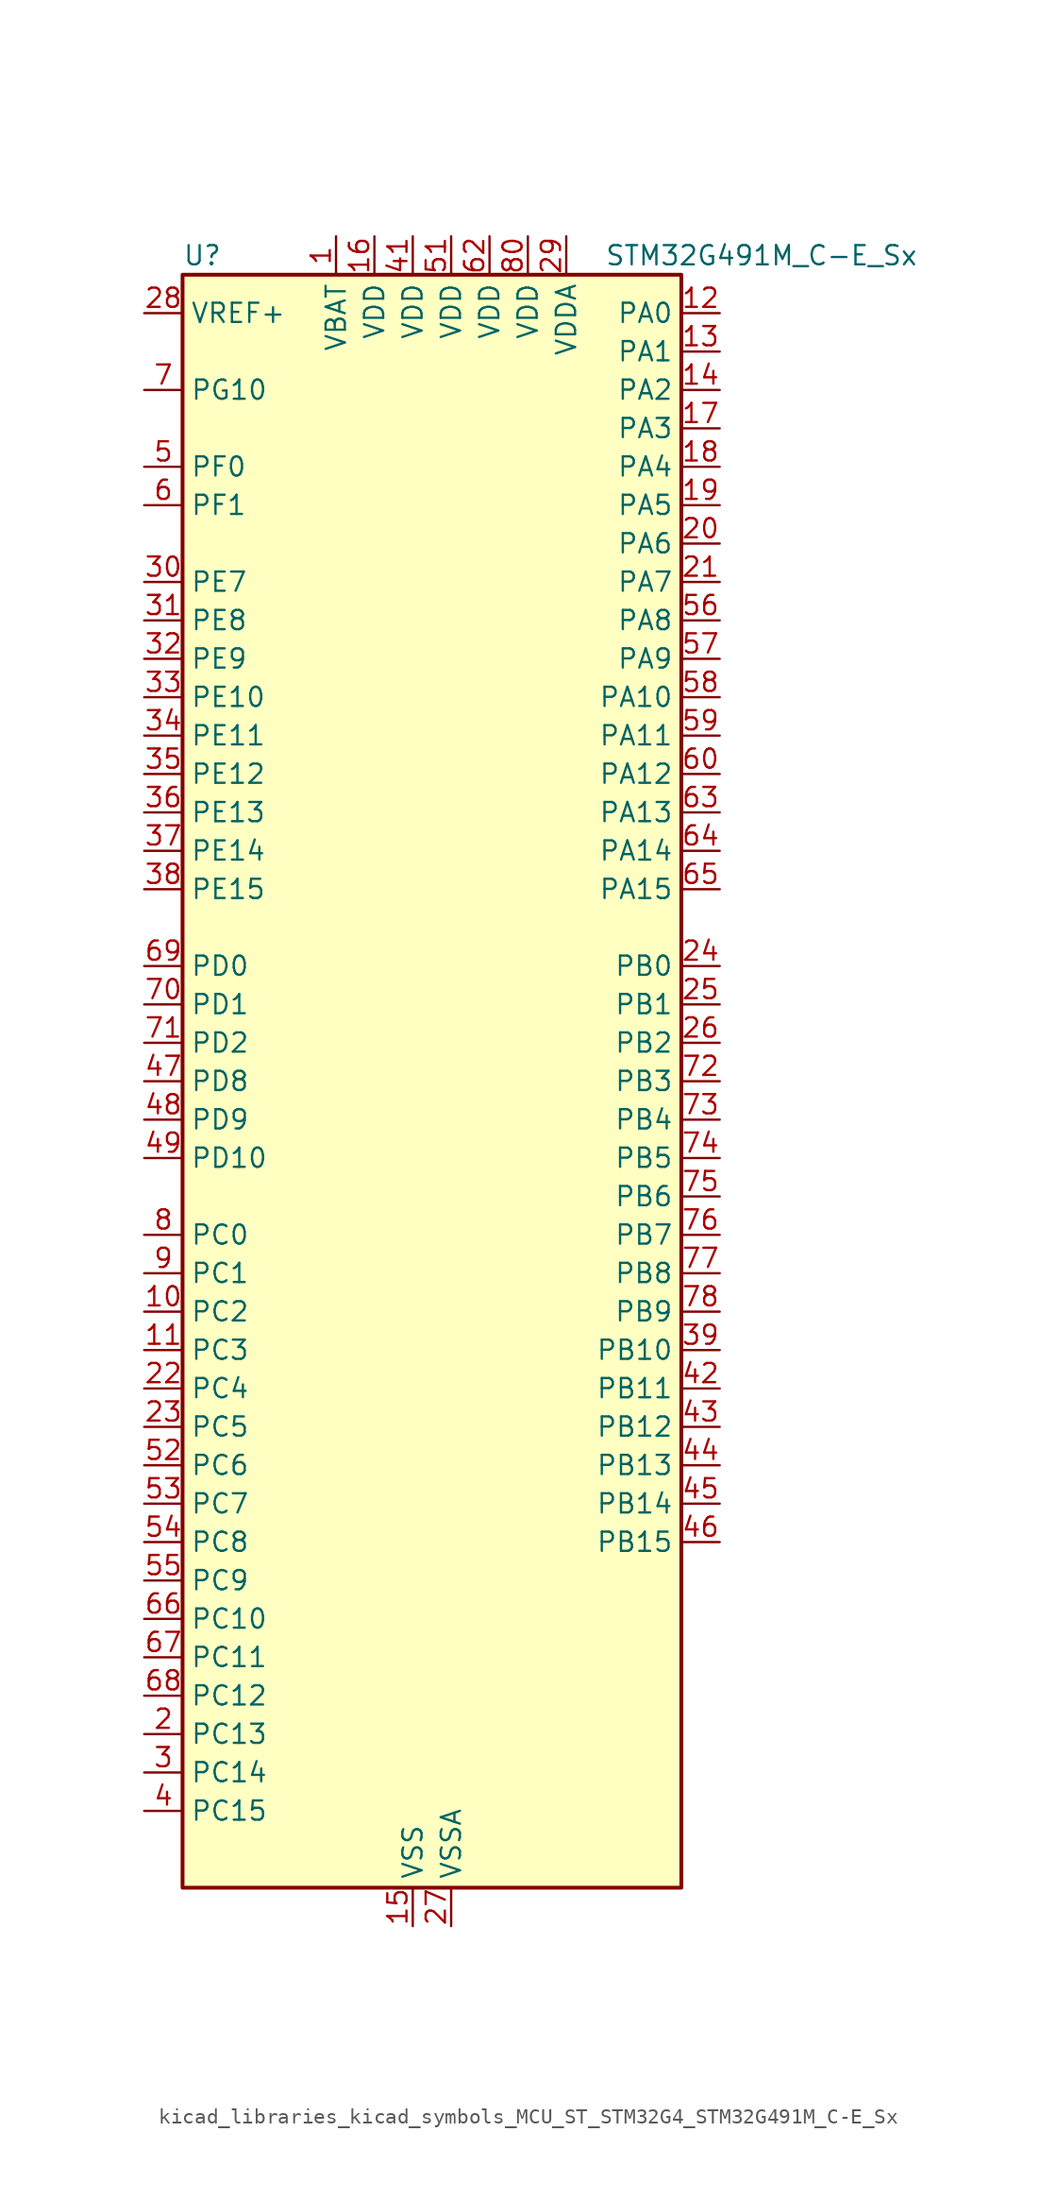
<source format=kicad_sym>
(kicad_symbol_lib
  (version 20220914)
  (generator kicad_symbol_editor)
  (symbol "kicad_libraries_kicad_symbols_MCU_ST_STM32G4_STM32G491M_C-E_Sx"
    (property "Reference" "U"
      (at -15.24 54.61 0)
      (effects (font (size 1.27 1.27)) (justify left)))
    (property "Value" "STM32G491M_C-E_Sx"
      (at 12.7 54.61 0)
      (effects (font (size 1.27 1.27)) (justify left)))
    (property "ki_locked" ""
      (at 0 0 0)
      (effects (font (size 1.27 1.27))))
    (symbol "kicad_libraries_kicad_symbols_MCU_ST_STM32G4_STM32G491M_C-E_Sx_0_1"
      (rectangle (start -15.24 -53.34) (end 17.78 53.34) (stroke (width 0.254) (type default)) (fill (type background))))
    (symbol "kicad_libraries_kicad_symbols_MCU_ST_STM32G4_STM32G491M_C-E_Sx_1_1"
      (pin power_in line (at -5.08 55.88 270) (length 2.54) (name "VBAT" (effects (font (size 1.27 1.27)))) (number "1" (effects (font (size 1.27 1.27)))))
      (pin bidirectional line (at -17.78 -15.24 0) (length 2.54) (name "PC2" (effects (font (size 1.27 1.27)))) (number "10" (effects (font (size 1.27 1.27)))) (alternate "ADC1_IN8" bidirectional line) (alternate "ADC2_IN8" bidirectional line) (alternate "ADC3_EXTI2" bidirectional line) (alternate "COMP3_OUT" bidirectional line) (alternate "LPTIM1_IN2" bidirectional line) (alternate "QUADSPI1_BK2_IO1" bidirectional line) (alternate "TIM1_CH3" bidirectional line) (alternate "TIM20_CH2" bidirectional line))
      (pin bidirectional line (at -17.78 -17.78 0) (length 2.54) (name "PC3" (effects (font (size 1.27 1.27)))) (number "11" (effects (font (size 1.27 1.27)))) (alternate "ADC1_IN9" bidirectional line) (alternate "ADC2_IN9" bidirectional line) (alternate "ADC3_EXTI3" bidirectional line) (alternate "LPTIM1_ETR" bidirectional line) (alternate "QUADSPI1_BK2_IO2" bidirectional line) (alternate "SAI1_D1" bidirectional line) (alternate "SAI1_SD_A" bidirectional line) (alternate "TIM1_BKIN2" bidirectional line) (alternate "TIM1_CH4" bidirectional line))
      (pin bidirectional line (at 20.32 50.8 180) (length 2.54) (name "PA0" (effects (font (size 1.27 1.27)))) (number "12" (effects (font (size 1.27 1.27)))) (alternate "ADC1_IN1" bidirectional line) (alternate "ADC2_IN1" bidirectional line) (alternate "COMP1_INM" bidirectional line) (alternate "COMP1_OUT" bidirectional line) (alternate "COMP3_INP" bidirectional line) (alternate "RTC_TAMP2" bidirectional line) (alternate "SYS_WKUP1" bidirectional line) (alternate "TIM2_CH1" bidirectional line) (alternate "TIM2_ETR" bidirectional line) (alternate "TIM8_BKIN" bidirectional line) (alternate "TIM8_ETR" bidirectional line) (alternate "USART2_CTS" bidirectional line) (alternate "USART2_NSS" bidirectional line))
      (pin bidirectional line (at 20.32 48.26 180) (length 2.54) (name "PA1" (effects (font (size 1.27 1.27)))) (number "13" (effects (font (size 1.27 1.27)))) (alternate "ADC1_IN2" bidirectional line) (alternate "ADC2_IN2" bidirectional line) (alternate "COMP1_INP" bidirectional line) (alternate "OPAMP1_VINP" bidirectional line) (alternate "OPAMP1_VINP_SEC" bidirectional line) (alternate "OPAMP3_VINP" bidirectional line) (alternate "OPAMP3_VINP_SEC" bidirectional line) (alternate "OPAMP6_VINM" bidirectional line) (alternate "OPAMP6_VINM0" bidirectional line) (alternate "OPAMP6_VINM_SEC" bidirectional line) (alternate "RTC_REFIN" bidirectional line) (alternate "TIM15_CH1N" bidirectional line) (alternate "TIM2_CH2" bidirectional line) (alternate "USART2_DE" bidirectional line) (alternate "USART2_RTS" bidirectional line))
      (pin bidirectional line (at 20.32 45.72 180) (length 2.54) (name "PA2" (effects (font (size 1.27 1.27)))) (number "14" (effects (font (size 1.27 1.27)))) (alternate "ADC1_IN3" bidirectional line) (alternate "ADC3_EXTI2" bidirectional line) (alternate "COMP2_INM" bidirectional line) (alternate "COMP2_OUT" bidirectional line) (alternate "LPUART1_TX" bidirectional line) (alternate "OPAMP1_VOUT" bidirectional line) (alternate "QUADSPI1_BK1_NCS" bidirectional line) (alternate "RCC_LSCO" bidirectional line) (alternate "SYS_WKUP4" bidirectional line) (alternate "TIM15_CH1" bidirectional line) (alternate "TIM2_CH3" bidirectional line) (alternate "UCPD1_FRSTX1" bidirectional line) (alternate "UCPD1_FRSTX2" bidirectional line) (alternate "USART2_TX" bidirectional line))
      (pin power_in line (at 0 -55.88 90) (length 2.54) (name "VSS" (effects (font (size 1.27 1.27)))) (number "15" (effects (font (size 1.27 1.27)))))
      (pin power_in line (at -2.54 55.88 270) (length 2.54) (name "VDD" (effects (font (size 1.27 1.27)))) (number "16" (effects (font (size 1.27 1.27)))))
      (pin bidirectional line (at 20.32 43.18 180) (length 2.54) (name "PA3" (effects (font (size 1.27 1.27)))) (number "17" (effects (font (size 1.27 1.27)))) (alternate "ADC1_IN4" bidirectional line) (alternate "ADC3_EXTI3" bidirectional line) (alternate "COMP2_INP" bidirectional line) (alternate "LPUART1_RX" bidirectional line) (alternate "OPAMP1_VINM" bidirectional line) (alternate "OPAMP1_VINM0" bidirectional line) (alternate "OPAMP1_VINM_SEC" bidirectional line) (alternate "OPAMP1_VINP" bidirectional line) (alternate "OPAMP1_VINP_SEC" bidirectional line) (alternate "QUADSPI1_CLK" bidirectional line) (alternate "SAI1_CK1" bidirectional line) (alternate "SAI1_MCLK_A" bidirectional line) (alternate "TIM15_CH2" bidirectional line) (alternate "TIM2_CH4" bidirectional line) (alternate "USART2_RX" bidirectional line))
      (pin bidirectional line (at 20.32 40.64 180) (length 2.54) (name "PA4" (effects (font (size 1.27 1.27)))) (number "18" (effects (font (size 1.27 1.27)))) (alternate "ADC2_IN17" bidirectional line) (alternate "COMP1_INM" bidirectional line) (alternate "DAC1_OUT1" bidirectional line) (alternate "I2S3_WS" bidirectional line) (alternate "SAI1_FS_B" bidirectional line) (alternate "SPI1_NSS" bidirectional line) (alternate "SPI3_NSS" bidirectional line) (alternate "TIM3_CH2" bidirectional line) (alternate "USART2_CK" bidirectional line))
      (pin bidirectional line (at 20.32 38.1 180) (length 2.54) (name "PA5" (effects (font (size 1.27 1.27)))) (number "19" (effects (font (size 1.27 1.27)))) (alternate "ADC2_IN13" bidirectional line) (alternate "COMP2_INM" bidirectional line) (alternate "DAC1_OUT2" bidirectional line) (alternate "OPAMP2_VINM" bidirectional line) (alternate "OPAMP2_VINM0" bidirectional line) (alternate "OPAMP2_VINM_SEC" bidirectional line) (alternate "SPI1_SCK" bidirectional line) (alternate "TIM2_CH1" bidirectional line) (alternate "TIM2_ETR" bidirectional line) (alternate "UCPD1_FRSTX1" bidirectional line) (alternate "UCPD1_FRSTX2" bidirectional line))
      (pin bidirectional line (at -17.78 -43.18 0) (length 2.54) (name "PC13" (effects (font (size 1.27 1.27)))) (number "2" (effects (font (size 1.27 1.27)))) (alternate "RTC_OUT1" bidirectional line) (alternate "RTC_TAMP1" bidirectional line) (alternate "RTC_TS" bidirectional line) (alternate "SYS_WKUP2" bidirectional line) (alternate "TIM1_BKIN" bidirectional line) (alternate "TIM1_CH1N" bidirectional line) (alternate "TIM8_CH4N" bidirectional line))
      (pin bidirectional line (at 20.32 35.56 180) (length 2.54) (name "PA6" (effects (font (size 1.27 1.27)))) (number "20" (effects (font (size 1.27 1.27)))) (alternate "ADC2_IN3" bidirectional line) (alternate "COMP1_OUT" bidirectional line) (alternate "LPUART1_CTS" bidirectional line) (alternate "OPAMP2_VOUT" bidirectional line) (alternate "QUADSPI1_BK1_IO3" bidirectional line) (alternate "SPI1_MISO" bidirectional line) (alternate "TIM16_CH1" bidirectional line) (alternate "TIM1_BKIN" bidirectional line) (alternate "TIM3_CH1" bidirectional line) (alternate "TIM8_BKIN" bidirectional line))
      (pin bidirectional line (at 20.32 33.02 180) (length 2.54) (name "PA7" (effects (font (size 1.27 1.27)))) (number "21" (effects (font (size 1.27 1.27)))) (alternate "ADC2_IN4" bidirectional line) (alternate "COMP2_INP" bidirectional line) (alternate "COMP2_OUT" bidirectional line) (alternate "OPAMP1_VINP" bidirectional line) (alternate "OPAMP1_VINP_SEC" bidirectional line) (alternate "OPAMP2_VINP" bidirectional line) (alternate "OPAMP2_VINP_SEC" bidirectional line) (alternate "QUADSPI1_BK1_IO2" bidirectional line) (alternate "SPI1_MOSI" bidirectional line) (alternate "TIM17_CH1" bidirectional line) (alternate "TIM1_CH1N" bidirectional line) (alternate "TIM3_CH2" bidirectional line) (alternate "TIM8_CH1N" bidirectional line) (alternate "UCPD1_FRSTX1" bidirectional line) (alternate "UCPD1_FRSTX2" bidirectional line))
      (pin bidirectional line (at -17.78 -20.32 0) (length 2.54) (name "PC4" (effects (font (size 1.27 1.27)))) (number "22" (effects (font (size 1.27 1.27)))) (alternate "ADC2_IN5" bidirectional line) (alternate "I2C2_SCL" bidirectional line) (alternate "QUADSPI1_BK2_IO3" bidirectional line) (alternate "TIM1_ETR" bidirectional line) (alternate "USART1_TX" bidirectional line))
      (pin bidirectional line (at -17.78 -22.86 0) (length 2.54) (name "PC5" (effects (font (size 1.27 1.27)))) (number "23" (effects (font (size 1.27 1.27)))) (alternate "ADC2_IN11" bidirectional line) (alternate "OPAMP1_VINM" bidirectional line) (alternate "OPAMP1_VINM1" bidirectional line) (alternate "OPAMP1_VINM_SEC" bidirectional line) (alternate "OPAMP2_VINM" bidirectional line) (alternate "OPAMP2_VINM1" bidirectional line) (alternate "OPAMP2_VINM_SEC" bidirectional line) (alternate "SAI1_D3" bidirectional line) (alternate "SYS_WKUP5" bidirectional line) (alternate "TIM15_BKIN" bidirectional line) (alternate "TIM1_CH4N" bidirectional line) (alternate "USART1_RX" bidirectional line))
      (pin bidirectional line (at 20.32 7.62 180) (length 2.54) (name "PB0" (effects (font (size 1.27 1.27)))) (number "24" (effects (font (size 1.27 1.27)))) (alternate "ADC1_IN15" bidirectional line) (alternate "ADC3_IN12" bidirectional line) (alternate "COMP4_INP" bidirectional line) (alternate "OPAMP2_VINP" bidirectional line) (alternate "OPAMP2_VINP_SEC" bidirectional line) (alternate "OPAMP3_VINP" bidirectional line) (alternate "OPAMP3_VINP_SEC" bidirectional line) (alternate "QUADSPI1_BK1_IO1" bidirectional line) (alternate "TIM1_CH2N" bidirectional line) (alternate "TIM3_CH3" bidirectional line) (alternate "TIM8_CH2N" bidirectional line) (alternate "UCPD1_FRSTX1" bidirectional line) (alternate "UCPD1_FRSTX2" bidirectional line))
      (pin bidirectional line (at 20.32 5.08 180) (length 2.54) (name "PB1" (effects (font (size 1.27 1.27)))) (number "25" (effects (font (size 1.27 1.27)))) (alternate "ADC1_IN12" bidirectional line) (alternate "ADC3_IN1" bidirectional line) (alternate "COMP1_INP" bidirectional line) (alternate "COMP4_OUT" bidirectional line) (alternate "LPUART1_DE" bidirectional line) (alternate "LPUART1_RTS" bidirectional line) (alternate "OPAMP3_VOUT" bidirectional line) (alternate "OPAMP6_VINM" bidirectional line) (alternate "OPAMP6_VINM1" bidirectional line) (alternate "OPAMP6_VINM_SEC" bidirectional line) (alternate "QUADSPI1_BK1_IO0" bidirectional line) (alternate "TIM1_CH3N" bidirectional line) (alternate "TIM3_CH4" bidirectional line) (alternate "TIM8_CH3N" bidirectional line))
      (pin bidirectional line (at 20.32 2.54 180) (length 2.54) (name "PB2" (effects (font (size 1.27 1.27)))) (number "26" (effects (font (size 1.27 1.27)))) (alternate "ADC2_IN12" bidirectional line) (alternate "ADC3_EXTI2" bidirectional line) (alternate "COMP4_INM" bidirectional line) (alternate "I2C3_SMBA" bidirectional line) (alternate "LPTIM1_OUT" bidirectional line) (alternate "OPAMP3_VINM" bidirectional line) (alternate "OPAMP3_VINM0" bidirectional line) (alternate "OPAMP3_VINM_SEC" bidirectional line) (alternate "QUADSPI1_BK2_IO1" bidirectional line) (alternate "RTC_OUT2" bidirectional line) (alternate "TIM20_CH1" bidirectional line))
      (pin power_in line (at 2.54 -55.88 90) (length 2.54) (name "VSSA" (effects (font (size 1.27 1.27)))) (number "27" (effects (font (size 1.27 1.27)))))
      (pin input line (at -17.78 50.8 0) (length 2.54) (name "VREF+" (effects (font (size 1.27 1.27)))) (number "28" (effects (font (size 1.27 1.27)))) (alternate "VREFBUF_OUT" bidirectional line))
      (pin power_in line (at 10.16 55.88 270) (length 2.54) (name "VDDA" (effects (font (size 1.27 1.27)))) (number "29" (effects (font (size 1.27 1.27)))))
      (pin bidirectional line (at -17.78 -45.72 0) (length 2.54) (name "PC14" (effects (font (size 1.27 1.27)))) (number "3" (effects (font (size 1.27 1.27)))) (alternate "RCC_OSC32_IN" bidirectional line))
      (pin bidirectional line (at -17.78 33.02 0) (length 2.54) (name "PE7" (effects (font (size 1.27 1.27)))) (number "30" (effects (font (size 1.27 1.27)))) (alternate "ADC3_IN4" bidirectional line) (alternate "COMP4_INP" bidirectional line) (alternate "SAI1_SD_B" bidirectional line) (alternate "TIM1_ETR" bidirectional line))
      (pin bidirectional line (at -17.78 30.48 0) (length 2.54) (name "PE8" (effects (font (size 1.27 1.27)))) (number "31" (effects (font (size 1.27 1.27)))) (alternate "ADC3_IN6" bidirectional line) (alternate "COMP4_INM" bidirectional line) (alternate "SAI1_SCK_B" bidirectional line) (alternate "TIM1_CH1N" bidirectional line))
      (pin bidirectional line (at -17.78 27.94 0) (length 2.54) (name "PE9" (effects (font (size 1.27 1.27)))) (number "32" (effects (font (size 1.27 1.27)))) (alternate "ADC3_IN2" bidirectional line) (alternate "DAC1_EXTI9" bidirectional line) (alternate "DAC3_EXTI9" bidirectional line) (alternate "SAI1_FS_B" bidirectional line) (alternate "TIM1_CH1" bidirectional line))
      (pin bidirectional line (at -17.78 25.4 0) (length 2.54) (name "PE10" (effects (font (size 1.27 1.27)))) (number "33" (effects (font (size 1.27 1.27)))) (alternate "ADC3_IN14" bidirectional line) (alternate "DAC1_EXTI10" bidirectional line) (alternate "DAC3_EXTI10" bidirectional line) (alternate "QUADSPI1_CLK" bidirectional line) (alternate "SAI1_MCLK_B" bidirectional line) (alternate "TIM1_CH2N" bidirectional line))
      (pin bidirectional line (at -17.78 22.86 0) (length 2.54) (name "PE11" (effects (font (size 1.27 1.27)))) (number "34" (effects (font (size 1.27 1.27)))) (alternate "ADC1_EXTI11" bidirectional line) (alternate "ADC2_EXTI11" bidirectional line) (alternate "ADC3_IN15" bidirectional line) (alternate "QUADSPI1_BK1_NCS" bidirectional line) (alternate "TIM1_CH2" bidirectional line))
      (pin bidirectional line (at -17.78 20.32 0) (length 2.54) (name "PE12" (effects (font (size 1.27 1.27)))) (number "35" (effects (font (size 1.27 1.27)))) (alternate "ADC3_IN16" bidirectional line) (alternate "QUADSPI1_BK1_IO0" bidirectional line) (alternate "TIM1_CH3N" bidirectional line))
      (pin bidirectional line (at -17.78 17.78 0) (length 2.54) (name "PE13" (effects (font (size 1.27 1.27)))) (number "36" (effects (font (size 1.27 1.27)))) (alternate "ADC3_IN3" bidirectional line) (alternate "QUADSPI1_BK1_IO1" bidirectional line) (alternate "TIM1_CH3" bidirectional line))
      (pin bidirectional line (at -17.78 15.24 0) (length 2.54) (name "PE14" (effects (font (size 1.27 1.27)))) (number "37" (effects (font (size 1.27 1.27)))) (alternate "QUADSPI1_BK1_IO2" bidirectional line) (alternate "TIM1_BKIN2" bidirectional line) (alternate "TIM1_CH4" bidirectional line))
      (pin bidirectional line (at -17.78 12.7 0) (length 2.54) (name "PE15" (effects (font (size 1.27 1.27)))) (number "38" (effects (font (size 1.27 1.27)))) (alternate "ADC1_EXTI15" bidirectional line) (alternate "ADC2_EXTI15" bidirectional line) (alternate "QUADSPI1_BK1_IO3" bidirectional line) (alternate "TIM1_BKIN" bidirectional line) (alternate "TIM1_CH4N" bidirectional line) (alternate "USART3_RX" bidirectional line))
      (pin bidirectional line (at 20.32 -17.78 180) (length 2.54) (name "PB10" (effects (font (size 1.27 1.27)))) (number "39" (effects (font (size 1.27 1.27)))) (alternate "DAC1_EXTI10" bidirectional line) (alternate "DAC3_EXTI10" bidirectional line) (alternate "LPUART1_RX" bidirectional line) (alternate "OPAMP3_VINM" bidirectional line) (alternate "OPAMP3_VINM1" bidirectional line) (alternate "OPAMP3_VINM_SEC" bidirectional line) (alternate "QUADSPI1_CLK" bidirectional line) (alternate "SAI1_SCK_A" bidirectional line) (alternate "TIM1_BKIN" bidirectional line) (alternate "TIM2_CH3" bidirectional line) (alternate "USART3_TX" bidirectional line))
      (pin bidirectional line (at -17.78 -48.26 0) (length 2.54) (name "PC15" (effects (font (size 1.27 1.27)))) (number "4" (effects (font (size 1.27 1.27)))) (alternate "ADC1_EXTI15" bidirectional line) (alternate "ADC2_EXTI15" bidirectional line) (alternate "RCC_OSC32_OUT" bidirectional line))
      (pin passive line (at 0 -55.88 90) (length 2.54) hide (name "VSS" (effects (font (size 1.27 1.27)))) (number "40" (effects (font (size 1.27 1.27)))))
      (pin power_in line (at 0 55.88 270) (length 2.54) (name "VDD" (effects (font (size 1.27 1.27)))) (number "41" (effects (font (size 1.27 1.27)))))
      (pin bidirectional line (at 20.32 -20.32 180) (length 2.54) (name "PB11" (effects (font (size 1.27 1.27)))) (number "42" (effects (font (size 1.27 1.27)))) (alternate "ADC1_EXTI11" bidirectional line) (alternate "ADC1_IN14" bidirectional line) (alternate "ADC2_EXTI11" bidirectional line) (alternate "ADC2_IN14" bidirectional line) (alternate "LPUART1_TX" bidirectional line) (alternate "OPAMP6_VOUT" bidirectional line) (alternate "QUADSPI1_BK1_NCS" bidirectional line) (alternate "TIM2_CH4" bidirectional line) (alternate "USART3_RX" bidirectional line))
      (pin bidirectional line (at 20.32 -22.86 180) (length 2.54) (name "PB12" (effects (font (size 1.27 1.27)))) (number "43" (effects (font (size 1.27 1.27)))) (alternate "ADC1_IN11" bidirectional line) (alternate "FDCAN2_RX" bidirectional line) (alternate "I2C2_SMBA" bidirectional line) (alternate "I2S2_WS" bidirectional line) (alternate "LPUART1_DE" bidirectional line) (alternate "LPUART1_RTS" bidirectional line) (alternate "OPAMP6_VINP" bidirectional line) (alternate "OPAMP6_VINP_SEC" bidirectional line) (alternate "SPI2_NSS" bidirectional line) (alternate "TIM1_BKIN" bidirectional line) (alternate "USART3_CK" bidirectional line))
      (pin bidirectional line (at 20.32 -25.4 180) (length 2.54) (name "PB13" (effects (font (size 1.27 1.27)))) (number "44" (effects (font (size 1.27 1.27)))) (alternate "ADC3_IN5" bidirectional line) (alternate "FDCAN2_TX" bidirectional line) (alternate "I2S2_CK" bidirectional line) (alternate "LPUART1_CTS" bidirectional line) (alternate "OPAMP3_VINP" bidirectional line) (alternate "OPAMP3_VINP_SEC" bidirectional line) (alternate "OPAMP6_VINP" bidirectional line) (alternate "OPAMP6_VINP_SEC" bidirectional line) (alternate "SPI2_SCK" bidirectional line) (alternate "TIM1_CH1N" bidirectional line) (alternate "USART3_CTS" bidirectional line) (alternate "USART3_NSS" bidirectional line))
      (pin bidirectional line (at 20.32 -27.94 180) (length 2.54) (name "PB14" (effects (font (size 1.27 1.27)))) (number "45" (effects (font (size 1.27 1.27)))) (alternate "ADC1_IN5" bidirectional line) (alternate "COMP4_OUT" bidirectional line) (alternate "OPAMP2_VINP" bidirectional line) (alternate "OPAMP2_VINP_SEC" bidirectional line) (alternate "SPI2_MISO" bidirectional line) (alternate "TIM15_CH1" bidirectional line) (alternate "TIM1_CH2N" bidirectional line) (alternate "USART3_DE" bidirectional line) (alternate "USART3_RTS" bidirectional line))
      (pin bidirectional line (at 20.32 -30.48 180) (length 2.54) (name "PB15" (effects (font (size 1.27 1.27)))) (number "46" (effects (font (size 1.27 1.27)))) (alternate "ADC1_EXTI15" bidirectional line) (alternate "ADC2_EXTI15" bidirectional line) (alternate "ADC2_IN15" bidirectional line) (alternate "COMP3_OUT" bidirectional line) (alternate "I2S2_SD" bidirectional line) (alternate "RTC_REFIN" bidirectional line) (alternate "SPI2_MOSI" bidirectional line) (alternate "TIM15_CH1N" bidirectional line) (alternate "TIM15_CH2" bidirectional line) (alternate "TIM1_CH3N" bidirectional line))
      (pin bidirectional line (at -17.78 0 0) (length 2.54) (name "PD8" (effects (font (size 1.27 1.27)))) (number "47" (effects (font (size 1.27 1.27)))) (alternate "USART3_TX" bidirectional line))
      (pin bidirectional line (at -17.78 -2.54 0) (length 2.54) (name "PD9" (effects (font (size 1.27 1.27)))) (number "48" (effects (font (size 1.27 1.27)))) (alternate "DAC1_EXTI9" bidirectional line) (alternate "DAC3_EXTI9" bidirectional line) (alternate "OPAMP6_VINP" bidirectional line) (alternate "OPAMP6_VINP_SEC" bidirectional line) (alternate "USART3_RX" bidirectional line))
      (pin bidirectional line (at -17.78 -5.08 0) (length 2.54) (name "PD10" (effects (font (size 1.27 1.27)))) (number "49" (effects (font (size 1.27 1.27)))) (alternate "ADC3_IN7" bidirectional line) (alternate "DAC1_EXTI10" bidirectional line) (alternate "DAC3_EXTI10" bidirectional line) (alternate "USART3_CK" bidirectional line))
      (pin bidirectional line (at -17.78 40.64 0) (length 2.54) (name "PF0" (effects (font (size 1.27 1.27)))) (number "5" (effects (font (size 1.27 1.27)))) (alternate "ADC1_IN10" bidirectional line) (alternate "I2C2_SDA" bidirectional line) (alternate "I2S2_WS" bidirectional line) (alternate "RCC_OSC_IN" bidirectional line) (alternate "SPI2_NSS" bidirectional line) (alternate "TIM1_CH3N" bidirectional line))
      (pin passive line (at 0 -55.88 90) (length 2.54) hide (name "VSS" (effects (font (size 1.27 1.27)))) (number "50" (effects (font (size 1.27 1.27)))))
      (pin power_in line (at 2.54 55.88 270) (length 2.54) (name "VDD" (effects (font (size 1.27 1.27)))) (number "51" (effects (font (size 1.27 1.27)))))
      (pin bidirectional line (at -17.78 -25.4 0) (length 2.54) (name "PC6" (effects (font (size 1.27 1.27)))) (number "52" (effects (font (size 1.27 1.27)))) (alternate "I2S2_MCK" bidirectional line) (alternate "TIM3_CH1" bidirectional line) (alternate "TIM8_CH1" bidirectional line))
      (pin bidirectional line (at -17.78 -27.94 0) (length 2.54) (name "PC7" (effects (font (size 1.27 1.27)))) (number "53" (effects (font (size 1.27 1.27)))) (alternate "I2S3_MCK" bidirectional line) (alternate "TIM3_CH2" bidirectional line) (alternate "TIM8_CH2" bidirectional line))
      (pin bidirectional line (at -17.78 -30.48 0) (length 2.54) (name "PC8" (effects (font (size 1.27 1.27)))) (number "54" (effects (font (size 1.27 1.27)))) (alternate "I2C3_SCL" bidirectional line) (alternate "TIM20_CH3" bidirectional line) (alternate "TIM3_CH3" bidirectional line) (alternate "TIM8_CH3" bidirectional line))
      (pin bidirectional line (at -17.78 -33.02 0) (length 2.54) (name "PC9" (effects (font (size 1.27 1.27)))) (number "55" (effects (font (size 1.27 1.27)))) (alternate "DAC1_EXTI9" bidirectional line) (alternate "DAC3_EXTI9" bidirectional line) (alternate "I2C3_SDA" bidirectional line) (alternate "I2S_CKIN" bidirectional line) (alternate "TIM3_CH4" bidirectional line) (alternate "TIM8_BKIN2" bidirectional line) (alternate "TIM8_CH4" bidirectional line))
      (pin bidirectional line (at 20.32 30.48 180) (length 2.54) (name "PA8" (effects (font (size 1.27 1.27)))) (number "56" (effects (font (size 1.27 1.27)))) (alternate "I2C2_SDA" bidirectional line) (alternate "I2C3_SCL" bidirectional line) (alternate "I2S2_MCK" bidirectional line) (alternate "RCC_MCO" bidirectional line) (alternate "SAI1_CK2" bidirectional line) (alternate "SAI1_SCK_A" bidirectional line) (alternate "TIM1_CH1" bidirectional line) (alternate "TIM4_ETR" bidirectional line) (alternate "USART1_CK" bidirectional line))
      (pin bidirectional line (at 20.32 27.94 180) (length 2.54) (name "PA9" (effects (font (size 1.27 1.27)))) (number "57" (effects (font (size 1.27 1.27)))) (alternate "DAC1_EXTI9" bidirectional line) (alternate "DAC3_EXTI9" bidirectional line) (alternate "I2C2_SCL" bidirectional line) (alternate "I2C3_SMBA" bidirectional line) (alternate "I2S3_MCK" bidirectional line) (alternate "SAI1_FS_A" bidirectional line) (alternate "TIM15_BKIN" bidirectional line) (alternate "TIM1_CH2" bidirectional line) (alternate "TIM2_CH3" bidirectional line) (alternate "UCPD1_DBCC1" bidirectional line) (alternate "USART1_TX" bidirectional line))
      (pin bidirectional line (at 20.32 25.4 180) (length 2.54) (name "PA10" (effects (font (size 1.27 1.27)))) (number "58" (effects (font (size 1.27 1.27)))) (alternate "CRS_SYNC" bidirectional line) (alternate "DAC1_EXTI10" bidirectional line) (alternate "DAC3_EXTI10" bidirectional line) (alternate "I2C2_SMBA" bidirectional line) (alternate "SAI1_D1" bidirectional line) (alternate "SAI1_SD_A" bidirectional line) (alternate "SPI2_MISO" bidirectional line) (alternate "TIM17_BKIN" bidirectional line) (alternate "TIM1_CH3" bidirectional line) (alternate "TIM2_CH4" bidirectional line) (alternate "TIM8_BKIN" bidirectional line) (alternate "UCPD1_DBCC2" bidirectional line) (alternate "USART1_RX" bidirectional line))
      (pin bidirectional line (at 20.32 22.86 180) (length 2.54) (name "PA11" (effects (font (size 1.27 1.27)))) (number "59" (effects (font (size 1.27 1.27)))) (alternate "ADC1_EXTI11" bidirectional line) (alternate "ADC2_EXTI11" bidirectional line) (alternate "COMP1_OUT" bidirectional line) (alternate "FDCAN1_RX" bidirectional line) (alternate "I2S2_SD" bidirectional line) (alternate "SPI2_MOSI" bidirectional line) (alternate "TIM1_BKIN2" bidirectional line) (alternate "TIM1_CH1N" bidirectional line) (alternate "TIM1_CH4" bidirectional line) (alternate "TIM4_CH1" bidirectional line) (alternate "USART1_CTS" bidirectional line) (alternate "USART1_NSS" bidirectional line) (alternate "USB_DM" bidirectional line))
      (pin bidirectional line (at -17.78 38.1 0) (length 2.54) (name "PF1" (effects (font (size 1.27 1.27)))) (number "6" (effects (font (size 1.27 1.27)))) (alternate "ADC2_IN10" bidirectional line) (alternate "COMP3_INM" bidirectional line) (alternate "I2S2_CK" bidirectional line) (alternate "RCC_OSC_OUT" bidirectional line) (alternate "SPI2_SCK" bidirectional line))
      (pin bidirectional line (at 20.32 20.32 180) (length 2.54) (name "PA12" (effects (font (size 1.27 1.27)))) (number "60" (effects (font (size 1.27 1.27)))) (alternate "COMP2_OUT" bidirectional line) (alternate "FDCAN1_TX" bidirectional line) (alternate "I2S_CKIN" bidirectional line) (alternate "TIM16_CH1" bidirectional line) (alternate "TIM1_CH2N" bidirectional line) (alternate "TIM1_ETR" bidirectional line) (alternate "TIM4_CH2" bidirectional line) (alternate "USART1_DE" bidirectional line) (alternate "USART1_RTS" bidirectional line) (alternate "USB_DP" bidirectional line))
      (pin passive line (at 0 -55.88 90) (length 2.54) hide (name "VSS" (effects (font (size 1.27 1.27)))) (number "61" (effects (font (size 1.27 1.27)))))
      (pin power_in line (at 5.08 55.88 270) (length 2.54) (name "VDD" (effects (font (size 1.27 1.27)))) (number "62" (effects (font (size 1.27 1.27)))))
      (pin bidirectional line (at 20.32 17.78 180) (length 2.54) (name "PA13" (effects (font (size 1.27 1.27)))) (number "63" (effects (font (size 1.27 1.27)))) (alternate "I2C1_SCL" bidirectional line) (alternate "IR_OUT" bidirectional line) (alternate "SAI1_SD_B" bidirectional line) (alternate "SYS_JTMS-SWDIO" bidirectional line) (alternate "TIM16_CH1N" bidirectional line) (alternate "TIM4_CH3" bidirectional line) (alternate "USART3_CTS" bidirectional line) (alternate "USART3_NSS" bidirectional line))
      (pin bidirectional line (at 20.32 15.24 180) (length 2.54) (name "PA14" (effects (font (size 1.27 1.27)))) (number "64" (effects (font (size 1.27 1.27)))) (alternate "I2C1_SDA" bidirectional line) (alternate "LPTIM1_OUT" bidirectional line) (alternate "SAI1_FS_B" bidirectional line) (alternate "SYS_JTCK-SWCLK" bidirectional line) (alternate "TIM1_BKIN" bidirectional line) (alternate "TIM8_CH2" bidirectional line) (alternate "USART2_TX" bidirectional line))
      (pin bidirectional line (at 20.32 12.7 180) (length 2.54) (name "PA15" (effects (font (size 1.27 1.27)))) (number "65" (effects (font (size 1.27 1.27)))) (alternate "ADC1_EXTI15" bidirectional line) (alternate "ADC2_EXTI15" bidirectional line) (alternate "I2C1_SCL" bidirectional line) (alternate "I2S3_WS" bidirectional line) (alternate "SPI1_NSS" bidirectional line) (alternate "SPI3_NSS" bidirectional line) (alternate "SYS_JTDI" bidirectional line) (alternate "TIM1_BKIN" bidirectional line) (alternate "TIM20_ETR" bidirectional line) (alternate "TIM2_CH1" bidirectional line) (alternate "TIM2_ETR" bidirectional line) (alternate "TIM8_CH1" bidirectional line) (alternate "UART4_DE" bidirectional line) (alternate "UART4_RTS" bidirectional line) (alternate "USART2_RX" bidirectional line))
      (pin bidirectional line (at -17.78 -35.56 0) (length 2.54) (name "PC10" (effects (font (size 1.27 1.27)))) (number "66" (effects (font (size 1.27 1.27)))) (alternate "DAC1_EXTI10" bidirectional line) (alternate "DAC3_EXTI10" bidirectional line) (alternate "I2S3_CK" bidirectional line) (alternate "SPI3_SCK" bidirectional line) (alternate "TIM8_CH1N" bidirectional line) (alternate "UART4_TX" bidirectional line) (alternate "USART3_TX" bidirectional line))
      (pin bidirectional line (at -17.78 -38.1 0) (length 2.54) (name "PC11" (effects (font (size 1.27 1.27)))) (number "67" (effects (font (size 1.27 1.27)))) (alternate "ADC1_EXTI11" bidirectional line) (alternate "ADC2_EXTI11" bidirectional line) (alternate "I2C3_SDA" bidirectional line) (alternate "SPI3_MISO" bidirectional line) (alternate "TIM8_CH2N" bidirectional line) (alternate "UART4_RX" bidirectional line) (alternate "USART3_RX" bidirectional line))
      (pin bidirectional line (at -17.78 -40.64 0) (length 2.54) (name "PC12" (effects (font (size 1.27 1.27)))) (number "68" (effects (font (size 1.27 1.27)))) (alternate "I2S3_SD" bidirectional line) (alternate "SPI3_MOSI" bidirectional line) (alternate "TIM8_CH3N" bidirectional line) (alternate "UART5_TX" bidirectional line) (alternate "UCPD1_FRSTX1" bidirectional line) (alternate "UCPD1_FRSTX2" bidirectional line) (alternate "USART3_CK" bidirectional line))
      (pin bidirectional line (at -17.78 7.62 0) (length 2.54) (name "PD0" (effects (font (size 1.27 1.27)))) (number "69" (effects (font (size 1.27 1.27)))) (alternate "FDCAN1_RX" bidirectional line) (alternate "TIM8_CH4N" bidirectional line))
      (pin bidirectional line (at -17.78 45.72 0) (length 2.54) (name "PG10" (effects (font (size 1.27 1.27)))) (number "7" (effects (font (size 1.27 1.27)))) (alternate "DAC1_EXTI10" bidirectional line) (alternate "DAC3_EXTI10" bidirectional line) (alternate "RCC_MCO" bidirectional line))
      (pin bidirectional line (at -17.78 5.08 0) (length 2.54) (name "PD1" (effects (font (size 1.27 1.27)))) (number "70" (effects (font (size 1.27 1.27)))) (alternate "FDCAN1_TX" bidirectional line) (alternate "TIM8_BKIN2" bidirectional line) (alternate "TIM8_CH4" bidirectional line))
      (pin bidirectional line (at -17.78 2.54 0) (length 2.54) (name "PD2" (effects (font (size 1.27 1.27)))) (number "71" (effects (font (size 1.27 1.27)))) (alternate "ADC3_EXTI2" bidirectional line) (alternate "TIM3_ETR" bidirectional line) (alternate "TIM8_BKIN" bidirectional line) (alternate "UART5_RX" bidirectional line))
      (pin bidirectional line (at 20.32 0 180) (length 2.54) (name "PB3" (effects (font (size 1.27 1.27)))) (number "72" (effects (font (size 1.27 1.27)))) (alternate "ADC3_EXTI3" bidirectional line) (alternate "CRS_SYNC" bidirectional line) (alternate "I2S3_CK" bidirectional line) (alternate "SAI1_SCK_B" bidirectional line) (alternate "SPI1_SCK" bidirectional line) (alternate "SPI3_SCK" bidirectional line) (alternate "SYS_JTDO-SWO" bidirectional line) (alternate "TIM2_CH2" bidirectional line) (alternate "TIM3_ETR" bidirectional line) (alternate "TIM4_ETR" bidirectional line) (alternate "TIM8_CH1N" bidirectional line) (alternate "USART2_TX" bidirectional line))
      (pin bidirectional line (at 20.32 -2.54 180) (length 2.54) (name "PB4" (effects (font (size 1.27 1.27)))) (number "73" (effects (font (size 1.27 1.27)))) (alternate "SAI1_MCLK_B" bidirectional line) (alternate "SPI1_MISO" bidirectional line) (alternate "SPI3_MISO" bidirectional line) (alternate "SYS_JTRST" bidirectional line) (alternate "TIM16_CH1" bidirectional line) (alternate "TIM17_BKIN" bidirectional line) (alternate "TIM3_CH1" bidirectional line) (alternate "TIM8_CH2N" bidirectional line) (alternate "UART5_DE" bidirectional line) (alternate "UART5_RTS" bidirectional line) (alternate "UCPD1_CC2" bidirectional line) (alternate "USART2_RX" bidirectional line))
      (pin bidirectional line (at 20.32 -5.08 180) (length 2.54) (name "PB5" (effects (font (size 1.27 1.27)))) (number "74" (effects (font (size 1.27 1.27)))) (alternate "FDCAN2_RX" bidirectional line) (alternate "I2C1_SMBA" bidirectional line) (alternate "I2C3_SDA" bidirectional line) (alternate "I2S3_SD" bidirectional line) (alternate "LPTIM1_IN1" bidirectional line) (alternate "SAI1_SD_B" bidirectional line) (alternate "SPI1_MOSI" bidirectional line) (alternate "SPI3_MOSI" bidirectional line) (alternate "TIM16_BKIN" bidirectional line) (alternate "TIM17_CH1" bidirectional line) (alternate "TIM3_CH2" bidirectional line) (alternate "TIM8_CH3N" bidirectional line) (alternate "UART5_CTS" bidirectional line) (alternate "USART2_CK" bidirectional line))
      (pin bidirectional line (at 20.32 -7.62 180) (length 2.54) (name "PB6" (effects (font (size 1.27 1.27)))) (number "75" (effects (font (size 1.27 1.27)))) (alternate "COMP4_OUT" bidirectional line) (alternate "FDCAN2_TX" bidirectional line) (alternate "LPTIM1_ETR" bidirectional line) (alternate "SAI1_FS_B" bidirectional line) (alternate "TIM16_CH1N" bidirectional line) (alternate "TIM4_CH1" bidirectional line) (alternate "TIM8_BKIN2" bidirectional line) (alternate "TIM8_CH1" bidirectional line) (alternate "TIM8_ETR" bidirectional line) (alternate "UCPD1_CC1" bidirectional line) (alternate "USART1_TX" bidirectional line))
      (pin bidirectional line (at 20.32 -10.16 180) (length 2.54) (name "PB7" (effects (font (size 1.27 1.27)))) (number "76" (effects (font (size 1.27 1.27)))) (alternate "COMP3_OUT" bidirectional line) (alternate "I2C1_SDA" bidirectional line) (alternate "LPTIM1_IN2" bidirectional line) (alternate "SYS_PVD_IN" bidirectional line) (alternate "TIM17_CH1N" bidirectional line) (alternate "TIM3_CH4" bidirectional line) (alternate "TIM4_CH2" bidirectional line) (alternate "TIM8_BKIN" bidirectional line) (alternate "UART4_CTS" bidirectional line) (alternate "USART1_RX" bidirectional line))
      (pin bidirectional line (at 20.32 -12.7 180) (length 2.54) (name "PB8" (effects (font (size 1.27 1.27)))) (number "77" (effects (font (size 1.27 1.27)))) (alternate "COMP1_OUT" bidirectional line) (alternate "FDCAN1_RX" bidirectional line) (alternate "I2C1_SCL" bidirectional line) (alternate "SAI1_CK1" bidirectional line) (alternate "SAI1_MCLK_A" bidirectional line) (alternate "TIM16_CH1" bidirectional line) (alternate "TIM1_BKIN" bidirectional line) (alternate "TIM4_CH3" bidirectional line) (alternate "TIM8_CH2" bidirectional line) (alternate "USART3_RX" bidirectional line))
      (pin bidirectional line (at 20.32 -15.24 180) (length 2.54) (name "PB9" (effects (font (size 1.27 1.27)))) (number "78" (effects (font (size 1.27 1.27)))) (alternate "COMP2_OUT" bidirectional line) (alternate "DAC1_EXTI9" bidirectional line) (alternate "DAC3_EXTI9" bidirectional line) (alternate "FDCAN1_TX" bidirectional line) (alternate "I2C1_SDA" bidirectional line) (alternate "IR_OUT" bidirectional line) (alternate "SAI1_D2" bidirectional line) (alternate "SAI1_FS_A" bidirectional line) (alternate "TIM17_CH1" bidirectional line) (alternate "TIM1_CH3N" bidirectional line) (alternate "TIM4_CH4" bidirectional line) (alternate "TIM8_CH3" bidirectional line) (alternate "USART3_TX" bidirectional line))
      (pin passive line (at 0 -55.88 90) (length 2.54) hide (name "VSS" (effects (font (size 1.27 1.27)))) (number "79" (effects (font (size 1.27 1.27)))))
      (pin bidirectional line (at -17.78 -10.16 0) (length 2.54) (name "PC0" (effects (font (size 1.27 1.27)))) (number "8" (effects (font (size 1.27 1.27)))) (alternate "ADC1_IN6" bidirectional line) (alternate "ADC2_IN6" bidirectional line) (alternate "COMP3_INM" bidirectional line) (alternate "LPTIM1_IN1" bidirectional line) (alternate "LPUART1_RX" bidirectional line) (alternate "TIM1_CH1" bidirectional line))
      (pin power_in line (at 7.62 55.88 270) (length 2.54) (name "VDD" (effects (font (size 1.27 1.27)))) (number "80" (effects (font (size 1.27 1.27)))))
      (pin bidirectional line (at -17.78 -12.7 0) (length 2.54) (name "PC1" (effects (font (size 1.27 1.27)))) (number "9" (effects (font (size 1.27 1.27)))) (alternate "ADC1_IN7" bidirectional line) (alternate "ADC2_IN7" bidirectional line) (alternate "COMP3_INP" bidirectional line) (alternate "LPTIM1_OUT" bidirectional line) (alternate "LPUART1_TX" bidirectional line) (alternate "QUADSPI1_BK2_IO0" bidirectional line) (alternate "SAI1_SD_A" bidirectional line) (alternate "TIM1_CH2" bidirectional line)))))
</source>
